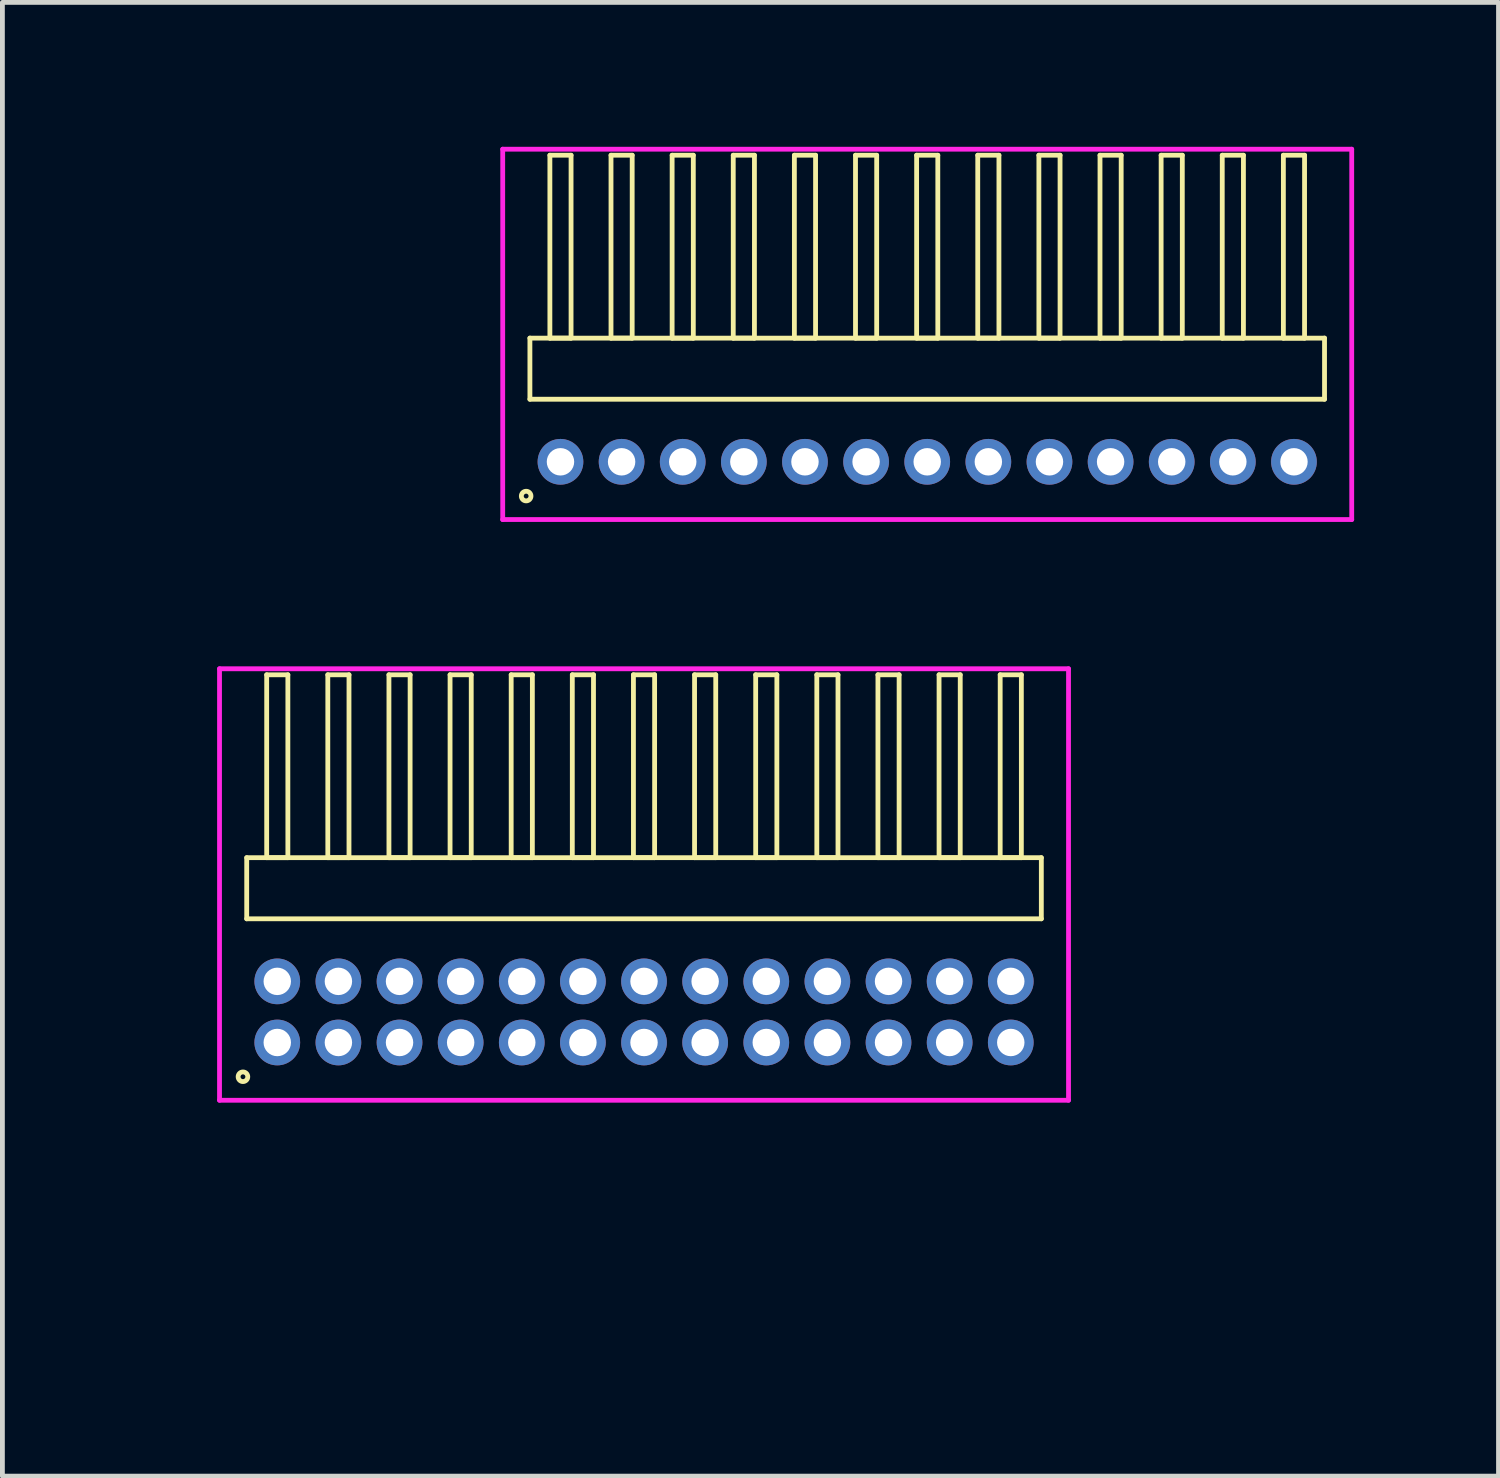
<source format=kicad_pcb>
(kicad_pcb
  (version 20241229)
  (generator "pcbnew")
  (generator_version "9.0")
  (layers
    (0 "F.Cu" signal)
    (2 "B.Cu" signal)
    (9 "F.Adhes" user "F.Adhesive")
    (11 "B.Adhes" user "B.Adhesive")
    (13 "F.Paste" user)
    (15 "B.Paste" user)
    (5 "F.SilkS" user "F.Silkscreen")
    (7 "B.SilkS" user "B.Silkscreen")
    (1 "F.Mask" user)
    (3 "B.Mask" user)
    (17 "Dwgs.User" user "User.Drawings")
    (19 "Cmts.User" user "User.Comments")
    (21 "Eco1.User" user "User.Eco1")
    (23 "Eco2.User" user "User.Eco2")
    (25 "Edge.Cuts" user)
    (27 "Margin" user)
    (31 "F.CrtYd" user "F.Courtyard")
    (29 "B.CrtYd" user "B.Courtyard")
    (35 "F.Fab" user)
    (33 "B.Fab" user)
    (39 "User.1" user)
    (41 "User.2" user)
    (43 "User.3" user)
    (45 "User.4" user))
  (footprint "HDR_RA127P13x1"
    (layer "F.Cu")
    (at 16.215 6.545)
    (property "Reference" "HDR_RA127P13x1" (at -9.57 0 0) (layer "User.1") (effects (font (size 1 1) (thickness 0.1))))
    (attr through_hole)
    (fp_line (start -8.255 -2.57) (end -8.255 -1.3) (stroke (width 0.1) (type solid)) (layer "F.SilkS"))
    (fp_line (start -8.255 -1.3) (end 8.255 -1.3) (stroke (width 0.1) (type solid)) (layer "F.SilkS"))
    (fp_line (start -7.84 -6.37) (end -7.84 -2.57) (stroke (width 0.1) (type solid)) (layer "F.SilkS"))
    (fp_line (start -7.84 -2.57) (end -7.4 -2.57) (stroke (width 0.1) (type solid)) (layer "F.SilkS"))
    (fp_line (start -7.4 -6.37) (end -7.84 -6.37) (stroke (width 0.1) (type solid)) (layer "F.SilkS"))
    (fp_line (start -7.4 -2.57) (end -7.4 -6.37) (stroke (width 0.1) (type solid)) (layer "F.SilkS"))
    (fp_line (start -6.57 -6.37) (end -6.57 -2.57) (stroke (width 0.1) (type solid)) (layer "F.SilkS"))
    (fp_line (start -6.57 -2.57) (end -6.13 -2.57) (stroke (width 0.1) (type solid)) (layer "F.SilkS"))
    (fp_line (start -6.13 -6.37) (end -6.57 -6.37) (stroke (width 0.1) (type solid)) (layer "F.SilkS"))
    (fp_line (start -6.13 -2.57) (end -6.13 -6.37) (stroke (width 0.1) (type solid)) (layer "F.SilkS"))
    (fp_line (start -5.3 -6.37) (end -5.3 -2.57) (stroke (width 0.1) (type solid)) (layer "F.SilkS"))
    (fp_line (start -5.3 -2.57) (end -4.86 -2.57) (stroke (width 0.1) (type solid)) (layer "F.SilkS"))
    (fp_line (start -4.86 -6.37) (end -5.3 -6.37) (stroke (width 0.1) (type solid)) (layer "F.SilkS"))
    (fp_line (start -4.86 -2.57) (end -4.86 -6.37) (stroke (width 0.1) (type solid)) (layer "F.SilkS"))
    (fp_line (start -4.03 -6.37) (end -4.03 -2.57) (stroke (width 0.1) (type solid)) (layer "F.SilkS"))
    (fp_line (start -4.03 -2.57) (end -3.59 -2.57) (stroke (width 0.1) (type solid)) (layer "F.SilkS"))
    (fp_line (start -3.59 -6.37) (end -4.03 -6.37) (stroke (width 0.1) (type solid)) (layer "F.SilkS"))
    (fp_line (start -3.59 -2.57) (end -3.59 -6.37) (stroke (width 0.1) (type solid)) (layer "F.SilkS"))
    (fp_line (start -2.76 -6.37) (end -2.76 -2.57) (stroke (width 0.1) (type solid)) (layer "F.SilkS"))
    (fp_line (start -2.76 -2.57) (end -2.32 -2.57) (stroke (width 0.1) (type solid)) (layer "F.SilkS"))
    (fp_line (start -2.32 -6.37) (end -2.76 -6.37) (stroke (width 0.1) (type solid)) (layer "F.SilkS"))
    (fp_line (start -2.32 -2.57) (end -2.32 -6.37) (stroke (width 0.1) (type solid)) (layer "F.SilkS"))
    (fp_line (start -1.49 -6.37) (end -1.49 -2.57) (stroke (width 0.1) (type solid)) (layer "F.SilkS"))
    (fp_line (start -1.49 -2.57) (end -1.05 -2.57) (stroke (width 0.1) (type solid)) (layer "F.SilkS"))
    (fp_line (start -1.05 -6.37) (end -1.49 -6.37) (stroke (width 0.1) (type solid)) (layer "F.SilkS"))
    (fp_line (start -1.05 -2.57) (end -1.05 -6.37) (stroke (width 0.1) (type solid)) (layer "F.SilkS"))
    (fp_line (start -0.22 -6.37) (end -0.22 -2.57) (stroke (width 0.1) (type solid)) (layer "F.SilkS"))
    (fp_line (start -0.22 -2.57) (end 0.22 -2.57) (stroke (width 0.1) (type solid)) (layer "F.SilkS"))
    (fp_line (start 0.22 -6.37) (end -0.22 -6.37) (stroke (width 0.1) (type solid)) (layer "F.SilkS"))
    (fp_line (start 0.22 -2.57) (end 0.22 -6.37) (stroke (width 0.1) (type solid)) (layer "F.SilkS"))
    (fp_line (start 1.05 -6.37) (end 1.05 -2.57) (stroke (width 0.1) (type solid)) (layer "F.SilkS"))
    (fp_line (start 1.05 -2.57) (end 1.49 -2.57) (stroke (width 0.1) (type solid)) (layer "F.SilkS"))
    (fp_line (start 1.49 -6.37) (end 1.05 -6.37) (stroke (width 0.1) (type solid)) (layer "F.SilkS"))
    (fp_line (start 1.49 -2.57) (end 1.49 -6.37) (stroke (width 0.1) (type solid)) (layer "F.SilkS"))
    (fp_line (start 2.32 -6.37) (end 2.32 -2.57) (stroke (width 0.1) (type solid)) (layer "F.SilkS"))
    (fp_line (start 2.32 -2.57) (end 2.76 -2.57) (stroke (width 0.1) (type solid)) (layer "F.SilkS"))
    (fp_line (start 2.76 -6.37) (end 2.32 -6.37) (stroke (width 0.1) (type solid)) (layer "F.SilkS"))
    (fp_line (start 2.76 -2.57) (end 2.76 -6.37) (stroke (width 0.1) (type solid)) (layer "F.SilkS"))
    (fp_line (start 3.59 -6.37) (end 3.59 -2.57) (stroke (width 0.1) (type solid)) (layer "F.SilkS"))
    (fp_line (start 3.59 -2.57) (end 4.03 -2.57) (stroke (width 0.1) (type solid)) (layer "F.SilkS"))
    (fp_line (start 4.03 -6.37) (end 3.59 -6.37) (stroke (width 0.1) (type solid)) (layer "F.SilkS"))
    (fp_line (start 4.03 -2.57) (end 4.03 -6.37) (stroke (width 0.1) (type solid)) (layer "F.SilkS"))
    (fp_line (start 4.86 -6.37) (end 4.86 -2.57) (stroke (width 0.1) (type solid)) (layer "F.SilkS"))
    (fp_line (start 4.86 -2.57) (end 5.3 -2.57) (stroke (width 0.1) (type solid)) (layer "F.SilkS"))
    (fp_line (start 5.3 -6.37) (end 4.86 -6.37) (stroke (width 0.1) (type solid)) (layer "F.SilkS"))
    (fp_line (start 5.3 -2.57) (end 5.3 -6.37) (stroke (width 0.1) (type solid)) (layer "F.SilkS"))
    (fp_line (start 6.13 -6.37) (end 6.13 -2.57) (stroke (width 0.1) (type solid)) (layer "F.SilkS"))
    (fp_line (start 6.13 -2.57) (end 6.57 -2.57) (stroke (width 0.1) (type solid)) (layer "F.SilkS"))
    (fp_line (start 6.57 -6.37) (end 6.13 -6.37) (stroke (width 0.1) (type solid)) (layer "F.SilkS"))
    (fp_line (start 6.57 -2.57) (end 6.57 -6.37) (stroke (width 0.1) (type solid)) (layer "F.SilkS"))
    (fp_line (start 7.4 -6.37) (end 7.4 -2.57) (stroke (width 0.1) (type solid)) (layer "F.SilkS"))
    (fp_line (start 7.4 -2.57) (end 7.84 -2.57) (stroke (width 0.1) (type solid)) (layer "F.SilkS"))
    (fp_line (start 7.84 -6.37) (end 7.4 -6.37) (stroke (width 0.1) (type solid)) (layer "F.SilkS"))
    (fp_line (start 7.84 -2.57) (end 7.84 -6.37) (stroke (width 0.1) (type solid)) (layer "F.SilkS"))
    (fp_line (start 8.255 -2.57) (end -8.255 -2.57) (stroke (width 0.1) (type solid)) (layer "F.SilkS"))
    (fp_line (start 8.255 -1.3) (end 8.255 -2.57) (stroke (width 0.1) (type solid)) (layer "F.SilkS"))
    (fp_circle (center -8.333 0.712) (end -8.233 0.712) (stroke (width 0.1) (type solid)) (fill no) (layer "F.SilkS"))
    (fp_line (start -8.82 -6.495) (end -8.82 1.2) (stroke (width 0.1) (type solid)) (layer "F.CrtYd"))
    (fp_line (start -8.82 1.2) (end 8.82 1.2) (stroke (width 0.1) (type solid)) (layer "F.CrtYd"))
    (fp_line (start 8.82 -6.495) (end -8.82 -6.495) (stroke (width 0.1) (type solid)) (layer "F.CrtYd"))
    (fp_line (start 8.82 1.2) (end 8.82 -6.495) (stroke (width 0.1) (type solid)) (layer "F.CrtYd"))
    (pad "1" thru_hole oval (at -7.62 0) (size 0.95 0.95) (drill 0.57) (layers "*.Cu" "*.Mask"))
    (pad "2" thru_hole oval (at -6.35 0) (size 0.95 0.95) (drill 0.57) (layers "*.Cu" "*.Mask"))
    (pad "3" thru_hole oval (at -5.08 0) (size 0.95 0.95) (drill 0.57) (layers "*.Cu" "*.Mask"))
    (pad "4" thru_hole oval (at -3.81 0) (size 0.95 0.95) (drill 0.57) (layers "*.Cu" "*.Mask"))
    (pad "5" thru_hole oval (at -2.54 0) (size 0.95 0.95) (drill 0.57) (layers "*.Cu" "*.Mask"))
    (pad "6" thru_hole oval (at -1.27 0) (size 0.95 0.95) (drill 0.57) (layers "*.Cu" "*.Mask"))
    (pad "7" thru_hole oval (at 0 0) (size 0.95 0.95) (drill 0.57) (layers "*.Cu" "*.Mask"))
    (pad "8" thru_hole oval (at 1.27 0) (size 0.95 0.95) (drill 0.57) (layers "*.Cu" "*.Mask"))
    (pad "9" thru_hole oval (at 2.54 0) (size 0.95 0.95) (drill 0.57) (layers "*.Cu" "*.Mask"))
    (pad "10" thru_hole oval (at 3.81 0) (size 0.95 0.95) (drill 0.57) (layers "*.Cu" "*.Mask"))
    (pad "11" thru_hole oval (at 5.08 0) (size 0.95 0.95) (drill 0.57) (layers "*.Cu" "*.Mask"))
    (pad "12" thru_hole oval (at 6.35 0) (size 0.95 0.95) (drill 0.57) (layers "*.Cu" "*.Mask"))
    (pad "13" thru_hole oval (at 7.62 0) (size 0.95 0.95) (drill 0.57) (layers "*.Cu" "*.Mask")))
  (footprint "HDR_RA127P13x2"
    (layer "F.Cu")
    (at 10.331 17.975)
    (property "Reference" "HDR_RA127P13x2" (at -9.57 0 90) (layer "User.1") (effects (font (size 1 1) (thickness 0.1))))
    (attr through_hole)
    (fp_line (start -8.255 -3.205) (end -8.255 -1.935) (stroke (width 0.1) (type solid)) (layer "F.SilkS"))
    (fp_line (start -8.255 -1.935) (end 8.255 -1.935) (stroke (width 0.1) (type solid)) (layer "F.SilkS"))
    (fp_line (start -7.84 -7.005) (end -7.84 -3.205) (stroke (width 0.1) (type solid)) (layer "F.SilkS"))
    (fp_line (start -7.84 -3.205) (end -7.4 -3.205) (stroke (width 0.1) (type solid)) (layer "F.SilkS"))
    (fp_line (start -7.4 -7.005) (end -7.84 -7.005) (stroke (width 0.1) (type solid)) (layer "F.SilkS"))
    (fp_line (start -7.4 -3.205) (end -7.4 -7.005) (stroke (width 0.1) (type solid)) (layer "F.SilkS"))
    (fp_line (start -6.57 -7.005) (end -6.57 -3.205) (stroke (width 0.1) (type solid)) (layer "F.SilkS"))
    (fp_line (start -6.57 -3.205) (end -6.13 -3.205) (stroke (width 0.1) (type solid)) (layer "F.SilkS"))
    (fp_line (start -6.13 -7.005) (end -6.57 -7.005) (stroke (width 0.1) (type solid)) (layer "F.SilkS"))
    (fp_line (start -6.13 -3.205) (end -6.13 -7.005) (stroke (width 0.1) (type solid)) (layer "F.SilkS"))
    (fp_line (start -5.3 -7.005) (end -5.3 -3.205) (stroke (width 0.1) (type solid)) (layer "F.SilkS"))
    (fp_line (start -5.3 -3.205) (end -4.86 -3.205) (stroke (width 0.1) (type solid)) (layer "F.SilkS"))
    (fp_line (start -4.86 -7.005) (end -5.3 -7.005) (stroke (width 0.1) (type solid)) (layer "F.SilkS"))
    (fp_line (start -4.86 -3.205) (end -4.86 -7.005) (stroke (width 0.1) (type solid)) (layer "F.SilkS"))
    (fp_line (start -4.03 -7.005) (end -4.03 -3.205) (stroke (width 0.1) (type solid)) (layer "F.SilkS"))
    (fp_line (start -4.03 -3.205) (end -3.59 -3.205) (stroke (width 0.1) (type solid)) (layer "F.SilkS"))
    (fp_line (start -3.59 -7.005) (end -4.03 -7.005) (stroke (width 0.1) (type solid)) (layer "F.SilkS"))
    (fp_line (start -3.59 -3.205) (end -3.59 -7.005) (stroke (width 0.1) (type solid)) (layer "F.SilkS"))
    (fp_line (start -2.76 -7.005) (end -2.76 -3.205) (stroke (width 0.1) (type solid)) (layer "F.SilkS"))
    (fp_line (start -2.76 -3.205) (end -2.32 -3.205) (stroke (width 0.1) (type solid)) (layer "F.SilkS"))
    (fp_line (start -2.32 -7.005) (end -2.76 -7.005) (stroke (width 0.1) (type solid)) (layer "F.SilkS"))
    (fp_line (start -2.32 -3.205) (end -2.32 -7.005) (stroke (width 0.1) (type solid)) (layer "F.SilkS"))
    (fp_line (start -1.49 -7.005) (end -1.49 -3.205) (stroke (width 0.1) (type solid)) (layer "F.SilkS"))
    (fp_line (start -1.49 -3.205) (end -1.05 -3.205) (stroke (width 0.1) (type solid)) (layer "F.SilkS"))
    (fp_line (start -1.05 -7.005) (end -1.49 -7.005) (stroke (width 0.1) (type solid)) (layer "F.SilkS"))
    (fp_line (start -1.05 -3.205) (end -1.05 -7.005) (stroke (width 0.1) (type solid)) (layer "F.SilkS"))
    (fp_line (start -0.22 -7.005) (end -0.22 -3.205) (stroke (width 0.1) (type solid)) (layer "F.SilkS"))
    (fp_line (start -0.22 -3.205) (end 0.22 -3.205) (stroke (width 0.1) (type solid)) (layer "F.SilkS"))
    (fp_line (start 0.22 -7.005) (end -0.22 -7.005) (stroke (width 0.1) (type solid)) (layer "F.SilkS"))
    (fp_line (start 0.22 -3.205) (end 0.22 -7.005) (stroke (width 0.1) (type solid)) (layer "F.SilkS"))
    (fp_line (start 1.05 -7.005) (end 1.05 -3.205) (stroke (width 0.1) (type solid)) (layer "F.SilkS"))
    (fp_line (start 1.05 -3.205) (end 1.49 -3.205) (stroke (width 0.1) (type solid)) (layer "F.SilkS"))
    (fp_line (start 1.49 -7.005) (end 1.05 -7.005) (stroke (width 0.1) (type solid)) (layer "F.SilkS"))
    (fp_line (start 1.49 -3.205) (end 1.49 -7.005) (stroke (width 0.1) (type solid)) (layer "F.SilkS"))
    (fp_line (start 2.32 -7.005) (end 2.32 -3.205) (stroke (width 0.1) (type solid)) (layer "F.SilkS"))
    (fp_line (start 2.32 -3.205) (end 2.76 -3.205) (stroke (width 0.1) (type solid)) (layer "F.SilkS"))
    (fp_line (start 2.76 -7.005) (end 2.32 -7.005) (stroke (width 0.1) (type solid)) (layer "F.SilkS"))
    (fp_line (start 2.76 -3.205) (end 2.76 -7.005) (stroke (width 0.1) (type solid)) (layer "F.SilkS"))
    (fp_line (start 3.59 -7.005) (end 3.59 -3.205) (stroke (width 0.1) (type solid)) (layer "F.SilkS"))
    (fp_line (start 3.59 -3.205) (end 4.03 -3.205) (stroke (width 0.1) (type solid)) (layer "F.SilkS"))
    (fp_line (start 4.03 -7.005) (end 3.59 -7.005) (stroke (width 0.1) (type solid)) (layer "F.SilkS"))
    (fp_line (start 4.03 -3.205) (end 4.03 -7.005) (stroke (width 0.1) (type solid)) (layer "F.SilkS"))
    (fp_line (start 4.86 -7.005) (end 4.86 -3.205) (stroke (width 0.1) (type solid)) (layer "F.SilkS"))
    (fp_line (start 4.86 -3.205) (end 5.3 -3.205) (stroke (width 0.1) (type solid)) (layer "F.SilkS"))
    (fp_line (start 5.3 -7.005) (end 4.86 -7.005) (stroke (width 0.1) (type solid)) (layer "F.SilkS"))
    (fp_line (start 5.3 -3.205) (end 5.3 -7.005) (stroke (width 0.1) (type solid)) (layer "F.SilkS"))
    (fp_line (start 6.13 -7.005) (end 6.13 -3.205) (stroke (width 0.1) (type solid)) (layer "F.SilkS"))
    (fp_line (start 6.13 -3.205) (end 6.57 -3.205) (stroke (width 0.1) (type solid)) (layer "F.SilkS"))
    (fp_line (start 6.57 -7.005) (end 6.13 -7.005) (stroke (width 0.1) (type solid)) (layer "F.SilkS"))
    (fp_line (start 6.57 -3.205) (end 6.57 -7.005) (stroke (width 0.1) (type solid)) (layer "F.SilkS"))
    (fp_line (start 7.4 -7.005) (end 7.4 -3.205) (stroke (width 0.1) (type solid)) (layer "F.SilkS"))
    (fp_line (start 7.4 -3.205) (end 7.84 -3.205) (stroke (width 0.1) (type solid)) (layer "F.SilkS"))
    (fp_line (start 7.84 -7.005) (end 7.4 -7.005) (stroke (width 0.1) (type solid)) (layer "F.SilkS"))
    (fp_line (start 7.84 -3.205) (end 7.84 -7.005) (stroke (width 0.1) (type solid)) (layer "F.SilkS"))
    (fp_line (start 8.255 -3.205) (end -8.255 -3.205) (stroke (width 0.1) (type solid)) (layer "F.SilkS"))
    (fp_line (start 8.255 -1.935) (end 8.255 -3.205) (stroke (width 0.1) (type solid)) (layer "F.SilkS"))
    (fp_circle (center -8.333 1.347) (end -8.233 1.347) (stroke (width 0.1) (type solid)) (fill no) (layer "F.SilkS"))
    (fp_line (start -8.82 -7.13) (end -8.82 1.835) (stroke (width 0.1) (type solid)) (layer "F.CrtYd"))
    (fp_line (start -8.82 1.835) (end 8.82 1.835) (stroke (width 0.1) (type solid)) (layer "F.CrtYd"))
    (fp_line (start 8.82 -7.13) (end -8.82 -7.13) (stroke (width 0.1) (type solid)) (layer "F.CrtYd"))
    (fp_line (start 8.82 1.835) (end 8.82 -7.13) (stroke (width 0.1) (type solid)) (layer "F.CrtYd"))
    (pad "1" thru_hole oval (at -7.62 0.635) (size 0.95 0.95) (drill 0.57) (layers "*.Cu" "*.Mask"))
    (pad "2" thru_hole oval (at -7.62 -0.635) (size 0.95 0.95) (drill 0.57) (layers "*.Cu" "*.Mask"))
    (pad "3" thru_hole oval (at -6.35 0.635) (size 0.95 0.95) (drill 0.57) (layers "*.Cu" "*.Mask"))
    (pad "4" thru_hole oval (at -6.35 -0.635) (size 0.95 0.95) (drill 0.57) (layers "*.Cu" "*.Mask"))
    (pad "5" thru_hole oval (at -5.08 0.635) (size 0.95 0.95) (drill 0.57) (layers "*.Cu" "*.Mask"))
    (pad "6" thru_hole oval (at -5.08 -0.635) (size 0.95 0.95) (drill 0.57) (layers "*.Cu" "*.Mask"))
    (pad "7" thru_hole oval (at -3.81 0.635) (size 0.95 0.95) (drill 0.57) (layers "*.Cu" "*.Mask"))
    (pad "8" thru_hole oval (at -3.81 -0.635) (size 0.95 0.95) (drill 0.57) (layers "*.Cu" "*.Mask"))
    (pad "9" thru_hole oval (at -2.54 0.635) (size 0.95 0.95) (drill 0.57) (layers "*.Cu" "*.Mask"))
    (pad "10" thru_hole oval (at -2.54 -0.635) (size 0.95 0.95) (drill 0.57) (layers "*.Cu" "*.Mask"))
    (pad "11" thru_hole oval (at -1.27 0.635) (size 0.95 0.95) (drill 0.57) (layers "*.Cu" "*.Mask"))
    (pad "12" thru_hole oval (at -1.27 -0.635) (size 0.95 0.95) (drill 0.57) (layers "*.Cu" "*.Mask"))
    (pad "13" thru_hole oval (at 0 0.635) (size 0.95 0.95) (drill 0.57) (layers "*.Cu" "*.Mask"))
    (pad "14" thru_hole oval (at 0 -0.635) (size 0.95 0.95) (drill 0.57) (layers "*.Cu" "*.Mask"))
    (pad "15" thru_hole oval (at 1.27 0.635) (size 0.95 0.95) (drill 0.57) (layers "*.Cu" "*.Mask"))
    (pad "16" thru_hole oval (at 1.27 -0.635) (size 0.95 0.95) (drill 0.57) (layers "*.Cu" "*.Mask"))
    (pad "17" thru_hole oval (at 2.54 0.635) (size 0.95 0.95) (drill 0.57) (layers "*.Cu" "*.Mask"))
    (pad "18" thru_hole oval (at 2.54 -0.635) (size 0.95 0.95) (drill 0.57) (layers "*.Cu" "*.Mask"))
    (pad "19" thru_hole oval (at 3.81 0.635) (size 0.95 0.95) (drill 0.57) (layers "*.Cu" "*.Mask"))
    (pad "20" thru_hole oval (at 3.81 -0.635) (size 0.95 0.95) (drill 0.57) (layers "*.Cu" "*.Mask"))
    (pad "21" thru_hole oval (at 5.08 0.635) (size 0.95 0.95) (drill 0.57) (layers "*.Cu" "*.Mask"))
    (pad "22" thru_hole oval (at 5.08 -0.635) (size 0.95 0.95) (drill 0.57) (layers "*.Cu" "*.Mask"))
    (pad "23" thru_hole oval (at 6.35 0.635) (size 0.95 0.95) (drill 0.57) (layers "*.Cu" "*.Mask"))
    (pad "24" thru_hole oval (at 6.35 -0.635) (size 0.95 0.95) (drill 0.57) (layers "*.Cu" "*.Mask"))
    (pad "25" thru_hole oval (at 7.62 0.635) (size 0.95 0.95) (drill 0.57) (layers "*.Cu" "*.Mask"))
    (pad "26" thru_hole oval (at 7.62 -0.635) (size 0.95 0.95) (drill 0.57) (layers "*.Cu" "*.Mask")))
  (gr_rect
    (start -3 -3)
    (end 28.085 27.62)
    (stroke (width 0.1) (type default))
    (fill no)
    (layer "Edge.Cuts")))
</source>
